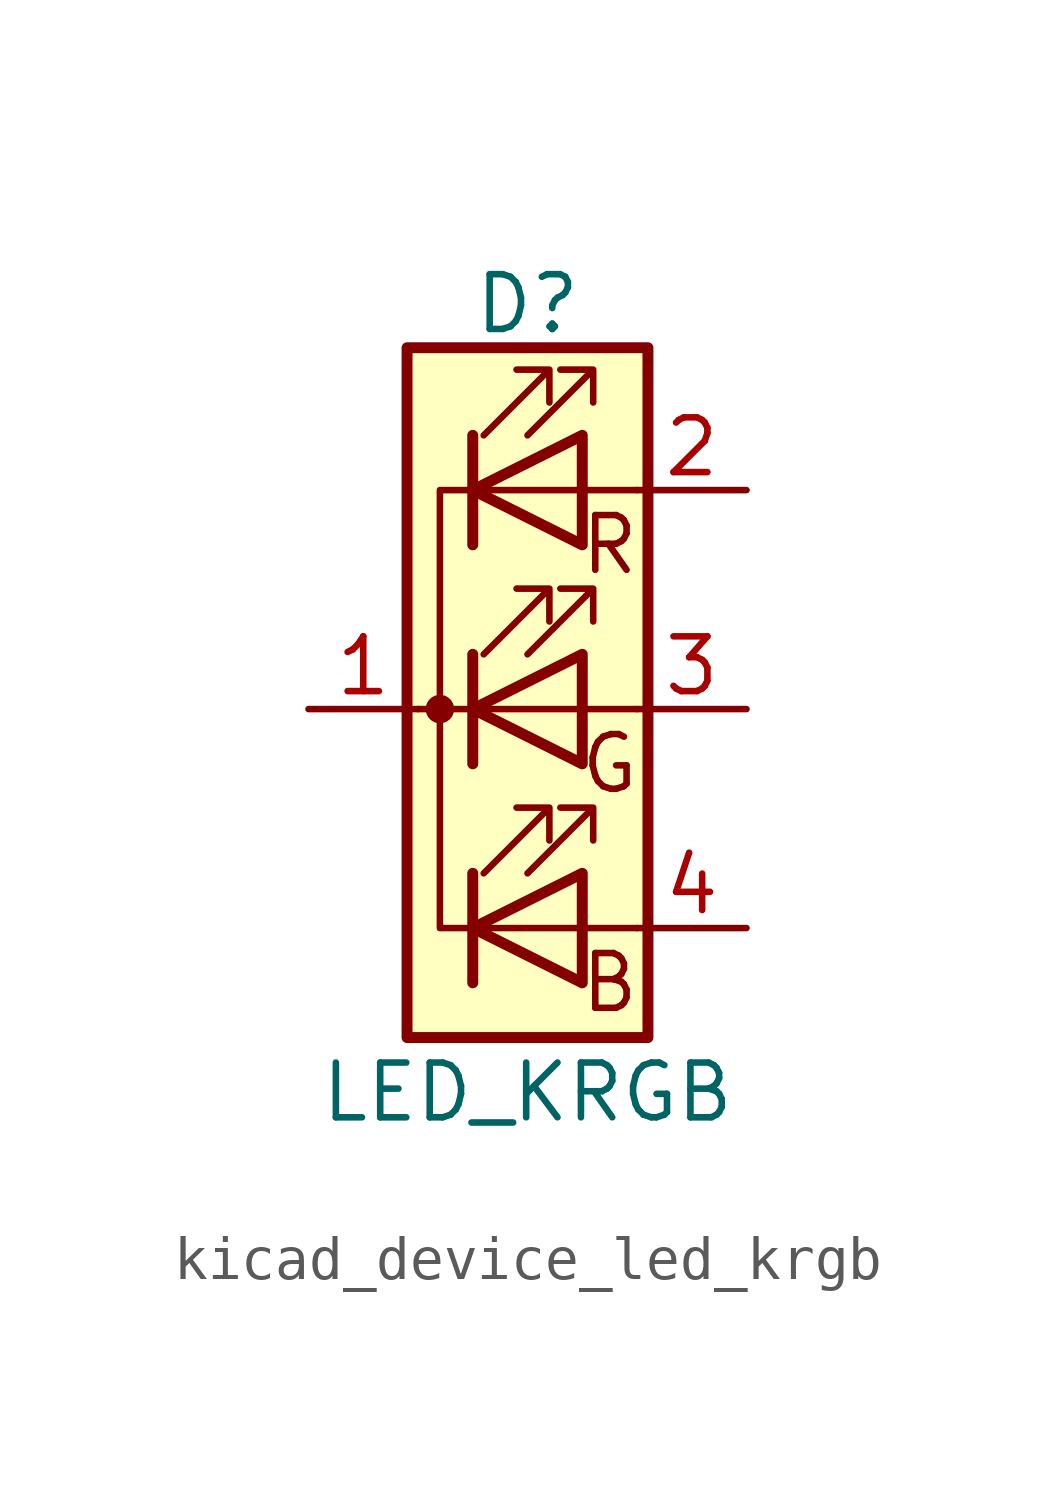
<source format=kicad_sym>
(kicad_symbol_lib
  (version 20220914)
  (generator kicad_symbol_editor)
  (symbol "kicad_device_led_krgb"
    (pin_names
      (offset 0) hide)
    (property "Reference" "D"
      (at 0 9.398 0)
      (effects (font (size 1.27 1.27))))
    (property "Value" "LED_KRGB"
      (at 0 -8.89 0)
      (effects (font (size 1.27 1.27))))
    (symbol "kicad_device_led_krgb_0_0"
      (text "B" (at 1.905 -6.35 0) (effects (font (size 1.27 1.27))))
      (text "G" (at 1.905 -1.27 0) (effects (font (size 1.27 1.27))))
      (text "R" (at 1.905 3.81 0) (effects (font (size 1.27 1.27)))))
    (symbol "kicad_device_led_krgb_0_1"
      (circle (center -2.032 0) (radius 0.254) (stroke (width 0) (type default)) (fill (type outline)))
      (polyline (pts (xy -1.27 -5.08) (xy 1.27 -5.08)) (stroke (width 0) (type default)) (fill (type none)))
      (polyline (pts (xy -1.27 -3.81) (xy -1.27 -6.35)) (stroke (width 0.254) (type default)) (fill (type none)))
      (polyline (pts (xy -1.27 0) (xy -2.54 0)) (stroke (width 0) (type default)) (fill (type none)))
      (polyline (pts (xy -1.27 1.27) (xy -1.27 -1.27)) (stroke (width 0.254) (type default)) (fill (type none)))
      (polyline (pts (xy -1.27 5.08) (xy 1.27 5.08)) (stroke (width 0) (type default)) (fill (type none)))
      (polyline (pts (xy -1.27 6.35) (xy -1.27 3.81)) (stroke (width 0.254) (type default)) (fill (type none)))
      (polyline (pts (xy 1.27 -5.08) (xy 2.54 -5.08)) (stroke (width 0) (type default)) (fill (type none)))
      (polyline (pts (xy 1.27 0) (xy -1.27 0)) (stroke (width 0) (type default)) (fill (type none)))
      (polyline (pts (xy 1.27 0) (xy 2.54 0)) (stroke (width 0) (type default)) (fill (type none)))
      (polyline (pts (xy 1.27 5.08) (xy 2.54 5.08)) (stroke (width 0) (type default)) (fill (type none)))
      (polyline (pts (xy -1.27 1.27) (xy -1.27 -1.27) (xy -1.27 -1.27)) (stroke (width 0) (type default)) (fill (type none)))
      (polyline (pts (xy -1.27 6.35) (xy -1.27 3.81) (xy -1.27 3.81)) (stroke (width 0) (type default)) (fill (type none)))
      (polyline (pts (xy -1.27 5.08) (xy -2.032 5.08) (xy -2.032 -5.08) (xy -1.016 -5.08)) (stroke (width 0) (type default)) (fill (type none)))
      (polyline (pts (xy 1.27 -3.81) (xy 1.27 -6.35) (xy -1.27 -5.08) (xy 1.27 -3.81)) (stroke (width 0.254) (type default)) (fill (type none)))
      (polyline (pts (xy 1.27 1.27) (xy 1.27 -1.27) (xy -1.27 0) (xy 1.27 1.27)) (stroke (width 0.254) (type default)) (fill (type none)))
      (polyline (pts (xy 1.27 6.35) (xy 1.27 3.81) (xy -1.27 5.08) (xy 1.27 6.35)) (stroke (width 0.254) (type default)) (fill (type none)))
      (polyline (pts (xy -1.016 -3.81) (xy 0.508 -2.286) (xy -0.254 -2.286) (xy 0.508 -2.286) (xy 0.508 -3.048)) (stroke (width 0) (type default)) (fill (type none)))
      (polyline (pts (xy -1.016 1.27) (xy 0.508 2.794) (xy -0.254 2.794) (xy 0.508 2.794) (xy 0.508 2.032)) (stroke (width 0) (type default)) (fill (type none)))
      (polyline (pts (xy -1.016 6.35) (xy 0.508 7.874) (xy -0.254 7.874) (xy 0.508 7.874) (xy 0.508 7.112)) (stroke (width 0) (type default)) (fill (type none)))
      (polyline (pts (xy 0 -3.81) (xy 1.524 -2.286) (xy 0.762 -2.286) (xy 1.524 -2.286) (xy 1.524 -3.048)) (stroke (width 0) (type default)) (fill (type none)))
      (polyline (pts (xy 0 1.27) (xy 1.524 2.794) (xy 0.762 2.794) (xy 1.524 2.794) (xy 1.524 2.032)) (stroke (width 0) (type default)) (fill (type none)))
      (polyline (pts (xy 0 6.35) (xy 1.524 7.874) (xy 0.762 7.874) (xy 1.524 7.874) (xy 1.524 7.112)) (stroke (width 0) (type default)) (fill (type none)))
      (rectangle (start 1.27 -1.27) (end 1.27 1.27) (stroke (width 0) (type default)) (fill (type none)))
      (rectangle (start 1.27 1.27) (end 1.27 1.27) (stroke (width 0) (type default)) (fill (type none)))
      (rectangle (start 1.27 3.81) (end 1.27 6.35) (stroke (width 0) (type default)) (fill (type none)))
      (rectangle (start 1.27 6.35) (end 1.27 6.35) (stroke (width 0) (type default)) (fill (type none)))
      (rectangle (start 2.794 8.382) (end -2.794 -7.62) (stroke (width 0.254) (type default)) (fill (type background))))
    (symbol "kicad_device_led_krgb_1_1"
      (pin passive line (at -5.08 0 0) (length 2.54) (name "K" (effects (font (size 1.27 1.27)))) (number "1" (effects (font (size 1.27 1.27)))))
      (pin passive line (at 5.08 5.08 180) (length 2.54) (name "RA" (effects (font (size 1.27 1.27)))) (number "2" (effects (font (size 1.27 1.27)))))
      (pin passive line (at 5.08 0 180) (length 2.54) (name "GA" (effects (font (size 1.27 1.27)))) (number "3" (effects (font (size 1.27 1.27)))))
      (pin passive line (at 5.08 -5.08 180) (length 2.54) (name "BA" (effects (font (size 1.27 1.27)))) (number "4" (effects (font (size 1.27 1.27))))))))
</source>
